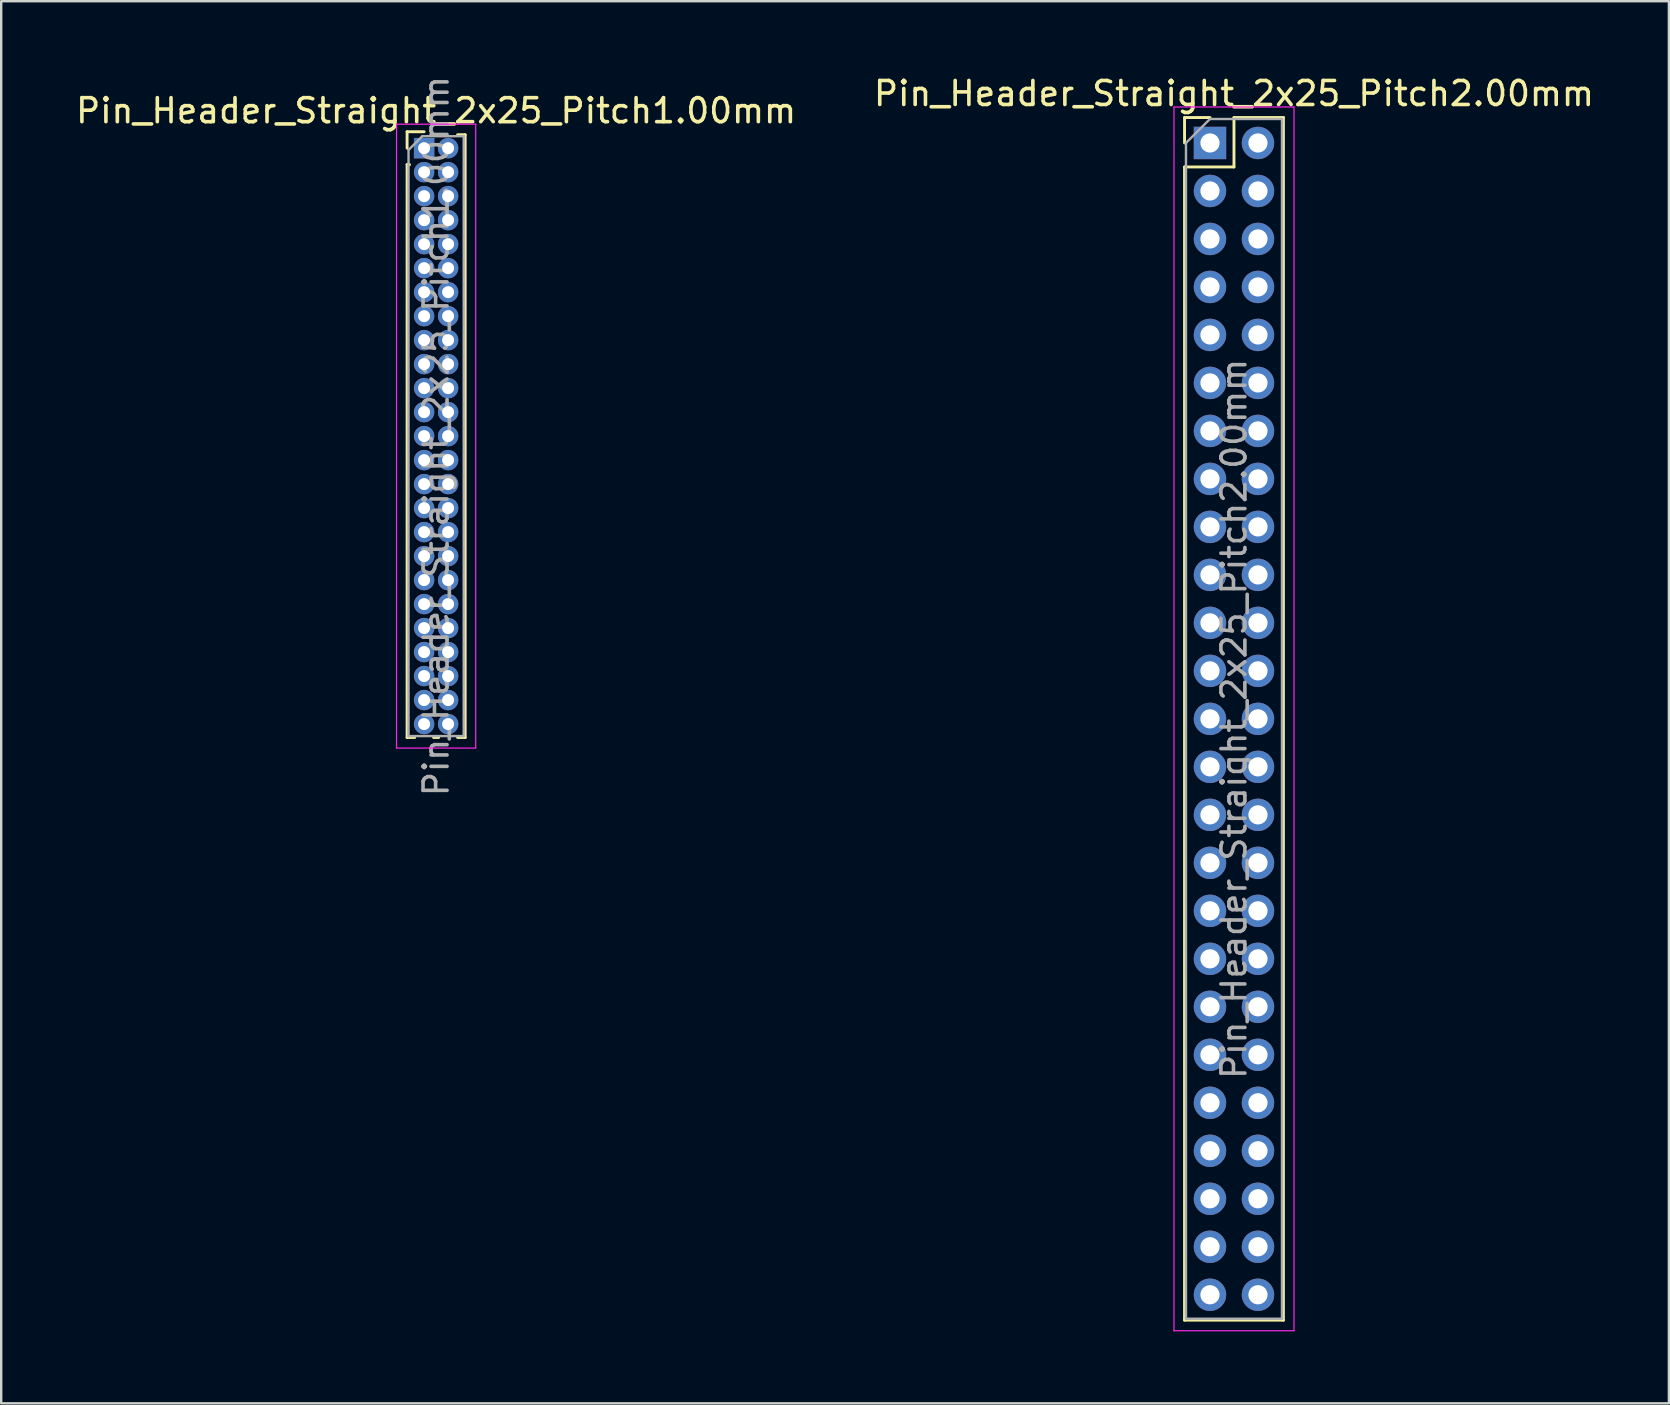
<source format=kicad_pcb>
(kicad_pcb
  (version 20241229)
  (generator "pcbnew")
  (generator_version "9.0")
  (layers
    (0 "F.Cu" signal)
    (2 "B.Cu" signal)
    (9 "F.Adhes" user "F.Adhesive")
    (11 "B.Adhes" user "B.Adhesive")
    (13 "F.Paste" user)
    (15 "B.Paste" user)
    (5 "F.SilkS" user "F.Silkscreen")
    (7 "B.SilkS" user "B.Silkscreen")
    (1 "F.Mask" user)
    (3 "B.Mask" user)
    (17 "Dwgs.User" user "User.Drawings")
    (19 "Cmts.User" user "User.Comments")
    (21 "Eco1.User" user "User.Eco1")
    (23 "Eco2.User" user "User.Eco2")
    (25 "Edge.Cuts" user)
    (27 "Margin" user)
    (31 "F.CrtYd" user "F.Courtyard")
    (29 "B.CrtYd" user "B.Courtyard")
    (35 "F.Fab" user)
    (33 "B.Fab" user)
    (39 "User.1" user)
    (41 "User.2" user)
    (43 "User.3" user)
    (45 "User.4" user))
  (footprint "Pin_Header_Straight_2x25_Pitch2.00mm"
    (layer "F.Cu")
    (at 47.375 2.908)
    (property "Reference" "Pin_Header_Straight_2x25_Pitch2.00mm" (at 1 -2.06 0) (layer "F.SilkS") (effects (font (size 1 1) (thickness 0.15))))
    (attr through_hole)
    (fp_line (start -1.06 -1.06) (end 0 -1.06) (stroke (width 0.12) (type solid)) (layer "F.SilkS"))
    (fp_line (start -1.06 0) (end -1.06 -1.06) (stroke (width 0.12) (type solid)) (layer "F.SilkS"))
    (fp_line (start -1.06 1) (end -1.06 49.06) (stroke (width 0.12) (type solid)) (layer "F.SilkS"))
    (fp_line (start -1.06 1) (end 1 1) (stroke (width 0.12) (type solid)) (layer "F.SilkS"))
    (fp_line (start -1.06 49.06) (end 3.06 49.06) (stroke (width 0.12) (type solid)) (layer "F.SilkS"))
    (fp_line (start 1 -1.06) (end 3.06 -1.06) (stroke (width 0.12) (type solid)) (layer "F.SilkS"))
    (fp_line (start 1 1) (end 1 -1.06) (stroke (width 0.12) (type solid)) (layer "F.SilkS"))
    (fp_line (start 3.06 -1.06) (end 3.06 49.06) (stroke (width 0.12) (type solid)) (layer "F.SilkS"))
    (fp_line (start -1.5 -1.5) (end -1.5 49.5) (stroke (width 0.05) (type solid)) (layer "F.CrtYd"))
    (fp_line (start -1.5 49.5) (end 3.5 49.5) (stroke (width 0.05) (type solid)) (layer "F.CrtYd"))
    (fp_line (start 3.5 -1.5) (end -1.5 -1.5) (stroke (width 0.05) (type solid)) (layer "F.CrtYd"))
    (fp_line (start 3.5 49.5) (end 3.5 -1.5) (stroke (width 0.05) (type solid)) (layer "F.CrtYd"))
    (fp_line (start -1 0) (end 0 -1) (stroke (width 0.1) (type solid)) (layer "F.Fab"))
    (fp_line (start -1 49) (end -1 0) (stroke (width 0.1) (type solid)) (layer "F.Fab"))
    (fp_line (start 0 -1) (end 3 -1) (stroke (width 0.1) (type solid)) (layer "F.Fab"))
    (fp_line (start 3 -1) (end 3 49) (stroke (width 0.1) (type solid)) (layer "F.Fab"))
    (fp_line (start 3 49) (end -1 49) (stroke (width 0.1) (type solid)) (layer "F.Fab"))
    (fp_text user "${REFERENCE}" (at 1 24 90) (layer "F.Fab") (effects (font (size 1 1) (thickness 0.15))))
    (pad "1" thru_hole rect (at 0 0) (size 1.35 1.35) (drill 0.8) (layers "*.Cu" "*.Mask"))
    (pad "2" thru_hole oval (at 2 0) (size 1.35 1.35) (drill 0.8) (layers "*.Cu" "*.Mask"))
    (pad "3" thru_hole oval (at 0 2) (size 1.35 1.35) (drill 0.8) (layers "*.Cu" "*.Mask"))
    (pad "4" thru_hole oval (at 2 2) (size 1.35 1.35) (drill 0.8) (layers "*.Cu" "*.Mask"))
    (pad "5" thru_hole oval (at 0 4) (size 1.35 1.35) (drill 0.8) (layers "*.Cu" "*.Mask"))
    (pad "6" thru_hole oval (at 2 4) (size 1.35 1.35) (drill 0.8) (layers "*.Cu" "*.Mask"))
    (pad "7" thru_hole oval (at 0 6) (size 1.35 1.35) (drill 0.8) (layers "*.Cu" "*.Mask"))
    (pad "8" thru_hole oval (at 2 6) (size 1.35 1.35) (drill 0.8) (layers "*.Cu" "*.Mask"))
    (pad "9" thru_hole oval (at 0 8) (size 1.35 1.35) (drill 0.8) (layers "*.Cu" "*.Mask"))
    (pad "10" thru_hole oval (at 2 8) (size 1.35 1.35) (drill 0.8) (layers "*.Cu" "*.Mask"))
    (pad "11" thru_hole oval (at 0 10) (size 1.35 1.35) (drill 0.8) (layers "*.Cu" "*.Mask"))
    (pad "12" thru_hole oval (at 2 10) (size 1.35 1.35) (drill 0.8) (layers "*.Cu" "*.Mask"))
    (pad "13" thru_hole oval (at 0 12) (size 1.35 1.35) (drill 0.8) (layers "*.Cu" "*.Mask"))
    (pad "14" thru_hole oval (at 2 12) (size 1.35 1.35) (drill 0.8) (layers "*.Cu" "*.Mask"))
    (pad "15" thru_hole oval (at 0 14) (size 1.35 1.35) (drill 0.8) (layers "*.Cu" "*.Mask"))
    (pad "16" thru_hole oval (at 2 14) (size 1.35 1.35) (drill 0.8) (layers "*.Cu" "*.Mask"))
    (pad "17" thru_hole oval (at 0 16) (size 1.35 1.35) (drill 0.8) (layers "*.Cu" "*.Mask"))
    (pad "18" thru_hole oval (at 2 16) (size 1.35 1.35) (drill 0.8) (layers "*.Cu" "*.Mask"))
    (pad "19" thru_hole oval (at 0 18) (size 1.35 1.35) (drill 0.8) (layers "*.Cu" "*.Mask"))
    (pad "20" thru_hole oval (at 2 18) (size 1.35 1.35) (drill 0.8) (layers "*.Cu" "*.Mask"))
    (pad "21" thru_hole oval (at 0 20) (size 1.35 1.35) (drill 0.8) (layers "*.Cu" "*.Mask"))
    (pad "22" thru_hole oval (at 2 20) (size 1.35 1.35) (drill 0.8) (layers "*.Cu" "*.Mask"))
    (pad "23" thru_hole oval (at 0 22) (size 1.35 1.35) (drill 0.8) (layers "*.Cu" "*.Mask"))
    (pad "24" thru_hole oval (at 2 22) (size 1.35 1.35) (drill 0.8) (layers "*.Cu" "*.Mask"))
    (pad "25" thru_hole oval (at 0 24) (size 1.35 1.35) (drill 0.8) (layers "*.Cu" "*.Mask"))
    (pad "26" thru_hole oval (at 2 24) (size 1.35 1.35) (drill 0.8) (layers "*.Cu" "*.Mask"))
    (pad "27" thru_hole oval (at 0 26) (size 1.35 1.35) (drill 0.8) (layers "*.Cu" "*.Mask"))
    (pad "28" thru_hole oval (at 2 26) (size 1.35 1.35) (drill 0.8) (layers "*.Cu" "*.Mask"))
    (pad "29" thru_hole oval (at 0 28) (size 1.35 1.35) (drill 0.8) (layers "*.Cu" "*.Mask"))
    (pad "30" thru_hole oval (at 2 28) (size 1.35 1.35) (drill 0.8) (layers "*.Cu" "*.Mask"))
    (pad "31" thru_hole oval (at 0 30) (size 1.35 1.35) (drill 0.8) (layers "*.Cu" "*.Mask"))
    (pad "32" thru_hole oval (at 2 30) (size 1.35 1.35) (drill 0.8) (layers "*.Cu" "*.Mask"))
    (pad "33" thru_hole oval (at 0 32) (size 1.35 1.35) (drill 0.8) (layers "*.Cu" "*.Mask"))
    (pad "34" thru_hole oval (at 2 32) (size 1.35 1.35) (drill 0.8) (layers "*.Cu" "*.Mask"))
    (pad "35" thru_hole oval (at 0 34) (size 1.35 1.35) (drill 0.8) (layers "*.Cu" "*.Mask"))
    (pad "36" thru_hole oval (at 2 34) (size 1.35 1.35) (drill 0.8) (layers "*.Cu" "*.Mask"))
    (pad "37" thru_hole oval (at 0 36) (size 1.35 1.35) (drill 0.8) (layers "*.Cu" "*.Mask"))
    (pad "38" thru_hole oval (at 2 36) (size 1.35 1.35) (drill 0.8) (layers "*.Cu" "*.Mask"))
    (pad "39" thru_hole oval (at 0 38) (size 1.35 1.35) (drill 0.8) (layers "*.Cu" "*.Mask"))
    (pad "40" thru_hole oval (at 2 38) (size 1.35 1.35) (drill 0.8) (layers "*.Cu" "*.Mask"))
    (pad "41" thru_hole oval (at 0 40) (size 1.35 1.35) (drill 0.8) (layers "*.Cu" "*.Mask"))
    (pad "42" thru_hole oval (at 2 40) (size 1.35 1.35) (drill 0.8) (layers "*.Cu" "*.Mask"))
    (pad "43" thru_hole oval (at 0 42) (size 1.35 1.35) (drill 0.8) (layers "*.Cu" "*.Mask"))
    (pad "44" thru_hole oval (at 2 42) (size 1.35 1.35) (drill 0.8) (layers "*.Cu" "*.Mask"))
    (pad "45" thru_hole oval (at 0 44) (size 1.35 1.35) (drill 0.8) (layers "*.Cu" "*.Mask"))
    (pad "46" thru_hole oval (at 2 44) (size 1.35 1.35) (drill 0.8) (layers "*.Cu" "*.Mask"))
    (pad "47" thru_hole oval (at 0 46) (size 1.35 1.35) (drill 0.8) (layers "*.Cu" "*.Mask"))
    (pad "48" thru_hole oval (at 2 46) (size 1.35 1.35) (drill 0.8) (layers "*.Cu" "*.Mask"))
    (pad "49" thru_hole oval (at 0 48) (size 1.35 1.35) (drill 0.8) (layers "*.Cu" "*.Mask"))
    (pad "50" thru_hole oval (at 2 48) (size 1.35 1.35) (drill 0.8) (layers "*.Cu" "*.Mask")))
  (footprint "Pin_Header_Straight_2x25_Pitch1.00mm"
    (layer "F.Cu")
    (at 14.625 3.125)
    (property "Reference" "Pin_Header_Straight_2x25_Pitch1.00mm" (at 0.5 -1.56 0) (layer "F.SilkS") (effects (font (size 1 1) (thickness 0.15))))
    (attr through_hole)
    (fp_line (start -0.71 -0.685) (end 0 -0.685) (stroke (width 0.12) (type solid)) (layer "F.SilkS"))
    (fp_line (start -0.71 0) (end -0.71 -0.685) (stroke (width 0.12) (type solid)) (layer "F.SilkS"))
    (fp_line (start -0.71 0.685) (end -0.71 24.56) (stroke (width 0.12) (type solid)) (layer "F.SilkS"))
    (fp_line (start -0.71 0.685) (end -0.608 0.685) (stroke (width 0.12) (type solid)) (layer "F.SilkS"))
    (fp_line (start -0.71 24.56) (end -0.394 24.56) (stroke (width 0.12) (type solid)) (layer "F.SilkS"))
    (fp_line (start 0.394 24.56) (end 0.606 24.56) (stroke (width 0.12) (type solid)) (layer "F.SilkS"))
    (fp_line (start 1.394 -0.56) (end 1.71 -0.56) (stroke (width 0.12) (type solid)) (layer "F.SilkS"))
    (fp_line (start 1.394 24.56) (end 1.71 24.56) (stroke (width 0.12) (type solid)) (layer "F.SilkS"))
    (fp_line (start 1.71 -0.56) (end 1.71 24.56) (stroke (width 0.12) (type solid)) (layer "F.SilkS"))
    (fp_line (start -1.15 -1) (end -1.15 25) (stroke (width 0.05) (type solid)) (layer "F.CrtYd"))
    (fp_line (start -1.15 25) (end 2.15 25) (stroke (width 0.05) (type solid)) (layer "F.CrtYd"))
    (fp_line (start 2.15 -1) (end -1.15 -1) (stroke (width 0.05) (type solid)) (layer "F.CrtYd"))
    (fp_line (start 2.15 25) (end 2.15 -1) (stroke (width 0.05) (type solid)) (layer "F.CrtYd"))
    (fp_line (start -0.65 0.075) (end -0.075 -0.5) (stroke (width 0.1) (type solid)) (layer "F.Fab"))
    (fp_line (start -0.65 24.5) (end -0.65 0.075) (stroke (width 0.1) (type solid)) (layer "F.Fab"))
    (fp_line (start -0.075 -0.5) (end 1.65 -0.5) (stroke (width 0.1) (type solid)) (layer "F.Fab"))
    (fp_line (start 1.65 -0.5) (end 1.65 24.5) (stroke (width 0.1) (type solid)) (layer "F.Fab"))
    (fp_line (start 1.65 24.5) (end -0.65 24.5) (stroke (width 0.1) (type solid)) (layer "F.Fab"))
    (fp_text user "${REFERENCE}" (at 0.5 12 90) (layer "F.Fab") (effects (font (size 1 1) (thickness 0.15))))
    (pad "1" thru_hole rect (at 0 0) (size 0.85 0.85) (drill 0.5) (layers "*.Cu" "*.Mask"))
    (pad "2" thru_hole oval (at 1 0) (size 0.85 0.85) (drill 0.5) (layers "*.Cu" "*.Mask"))
    (pad "3" thru_hole oval (at 0 1) (size 0.85 0.85) (drill 0.5) (layers "*.Cu" "*.Mask"))
    (pad "4" thru_hole oval (at 1 1) (size 0.85 0.85) (drill 0.5) (layers "*.Cu" "*.Mask"))
    (pad "5" thru_hole oval (at 0 2) (size 0.85 0.85) (drill 0.5) (layers "*.Cu" "*.Mask"))
    (pad "6" thru_hole oval (at 1 2) (size 0.85 0.85) (drill 0.5) (layers "*.Cu" "*.Mask"))
    (pad "7" thru_hole oval (at 0 3) (size 0.85 0.85) (drill 0.5) (layers "*.Cu" "*.Mask"))
    (pad "8" thru_hole oval (at 1 3) (size 0.85 0.85) (drill 0.5) (layers "*.Cu" "*.Mask"))
    (pad "9" thru_hole oval (at 0 4) (size 0.85 0.85) (drill 0.5) (layers "*.Cu" "*.Mask"))
    (pad "10" thru_hole oval (at 1 4) (size 0.85 0.85) (drill 0.5) (layers "*.Cu" "*.Mask"))
    (pad "11" thru_hole oval (at 0 5) (size 0.85 0.85) (drill 0.5) (layers "*.Cu" "*.Mask"))
    (pad "12" thru_hole oval (at 1 5) (size 0.85 0.85) (drill 0.5) (layers "*.Cu" "*.Mask"))
    (pad "13" thru_hole oval (at 0 6) (size 0.85 0.85) (drill 0.5) (layers "*.Cu" "*.Mask"))
    (pad "14" thru_hole oval (at 1 6) (size 0.85 0.85) (drill 0.5) (layers "*.Cu" "*.Mask"))
    (pad "15" thru_hole oval (at 0 7) (size 0.85 0.85) (drill 0.5) (layers "*.Cu" "*.Mask"))
    (pad "16" thru_hole oval (at 1 7) (size 0.85 0.85) (drill 0.5) (layers "*.Cu" "*.Mask"))
    (pad "17" thru_hole oval (at 0 8) (size 0.85 0.85) (drill 0.5) (layers "*.Cu" "*.Mask"))
    (pad "18" thru_hole oval (at 1 8) (size 0.85 0.85) (drill 0.5) (layers "*.Cu" "*.Mask"))
    (pad "19" thru_hole oval (at 0 9) (size 0.85 0.85) (drill 0.5) (layers "*.Cu" "*.Mask"))
    (pad "20" thru_hole oval (at 1 9) (size 0.85 0.85) (drill 0.5) (layers "*.Cu" "*.Mask"))
    (pad "21" thru_hole oval (at 0 10) (size 0.85 0.85) (drill 0.5) (layers "*.Cu" "*.Mask"))
    (pad "22" thru_hole oval (at 1 10) (size 0.85 0.85) (drill 0.5) (layers "*.Cu" "*.Mask"))
    (pad "23" thru_hole oval (at 0 11) (size 0.85 0.85) (drill 0.5) (layers "*.Cu" "*.Mask"))
    (pad "24" thru_hole oval (at 1 11) (size 0.85 0.85) (drill 0.5) (layers "*.Cu" "*.Mask"))
    (pad "25" thru_hole oval (at 0 12) (size 0.85 0.85) (drill 0.5) (layers "*.Cu" "*.Mask"))
    (pad "26" thru_hole oval (at 1 12) (size 0.85 0.85) (drill 0.5) (layers "*.Cu" "*.Mask"))
    (pad "27" thru_hole oval (at 0 13) (size 0.85 0.85) (drill 0.5) (layers "*.Cu" "*.Mask"))
    (pad "28" thru_hole oval (at 1 13) (size 0.85 0.85) (drill 0.5) (layers "*.Cu" "*.Mask"))
    (pad "29" thru_hole oval (at 0 14) (size 0.85 0.85) (drill 0.5) (layers "*.Cu" "*.Mask"))
    (pad "30" thru_hole oval (at 1 14) (size 0.85 0.85) (drill 0.5) (layers "*.Cu" "*.Mask"))
    (pad "31" thru_hole oval (at 0 15) (size 0.85 0.85) (drill 0.5) (layers "*.Cu" "*.Mask"))
    (pad "32" thru_hole oval (at 1 15) (size 0.85 0.85) (drill 0.5) (layers "*.Cu" "*.Mask"))
    (pad "33" thru_hole oval (at 0 16) (size 0.85 0.85) (drill 0.5) (layers "*.Cu" "*.Mask"))
    (pad "34" thru_hole oval (at 1 16) (size 0.85 0.85) (drill 0.5) (layers "*.Cu" "*.Mask"))
    (pad "35" thru_hole oval (at 0 17) (size 0.85 0.85) (drill 0.5) (layers "*.Cu" "*.Mask"))
    (pad "36" thru_hole oval (at 1 17) (size 0.85 0.85) (drill 0.5) (layers "*.Cu" "*.Mask"))
    (pad "37" thru_hole oval (at 0 18) (size 0.85 0.85) (drill 0.5) (layers "*.Cu" "*.Mask"))
    (pad "38" thru_hole oval (at 1 18) (size 0.85 0.85) (drill 0.5) (layers "*.Cu" "*.Mask"))
    (pad "39" thru_hole oval (at 0 19) (size 0.85 0.85) (drill 0.5) (layers "*.Cu" "*.Mask"))
    (pad "40" thru_hole oval (at 1 19) (size 0.85 0.85) (drill 0.5) (layers "*.Cu" "*.Mask"))
    (pad "41" thru_hole oval (at 0 20) (size 0.85 0.85) (drill 0.5) (layers "*.Cu" "*.Mask"))
    (pad "42" thru_hole oval (at 1 20) (size 0.85 0.85) (drill 0.5) (layers "*.Cu" "*.Mask"))
    (pad "43" thru_hole oval (at 0 21) (size 0.85 0.85) (drill 0.5) (layers "*.Cu" "*.Mask"))
    (pad "44" thru_hole oval (at 1 21) (size 0.85 0.85) (drill 0.5) (layers "*.Cu" "*.Mask"))
    (pad "45" thru_hole oval (at 0 22) (size 0.85 0.85) (drill 0.5) (layers "*.Cu" "*.Mask"))
    (pad "46" thru_hole oval (at 1 22) (size 0.85 0.85) (drill 0.5) (layers "*.Cu" "*.Mask"))
    (pad "47" thru_hole oval (at 0 23) (size 0.85 0.85) (drill 0.5) (layers "*.Cu" "*.Mask"))
    (pad "48" thru_hole oval (at 1 23) (size 0.85 0.85) (drill 0.5) (layers "*.Cu" "*.Mask"))
    (pad "49" thru_hole oval (at 0 24) (size 0.85 0.85) (drill 0.5) (layers "*.Cu" "*.Mask"))
    (pad "50" thru_hole oval (at 1 24) (size 0.85 0.85) (drill 0.5) (layers "*.Cu" "*.Mask")))
  (gr_rect
    (start -3 -3)
    (end 66.5 55.433)
    (stroke (width 0.1) (type default))
    (fill no)
    (layer "Edge.Cuts")))
</source>
